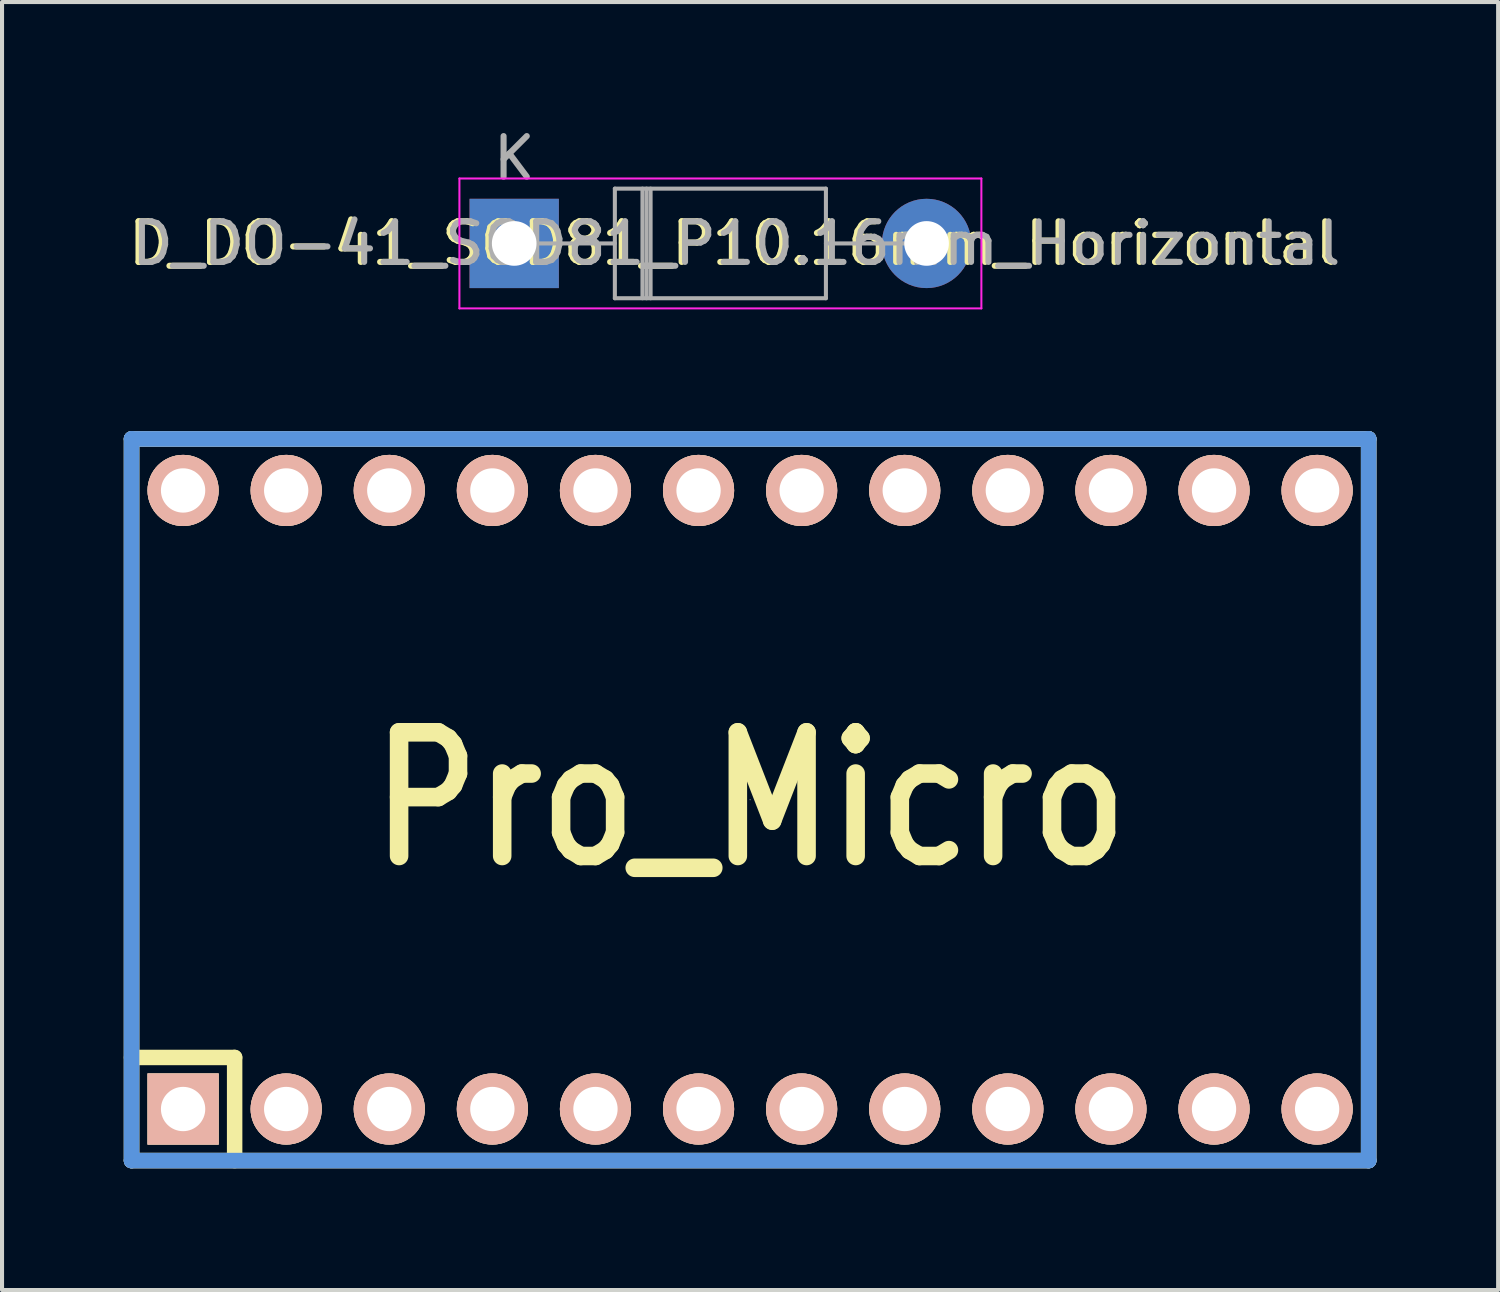
<source format=kicad_pcb>
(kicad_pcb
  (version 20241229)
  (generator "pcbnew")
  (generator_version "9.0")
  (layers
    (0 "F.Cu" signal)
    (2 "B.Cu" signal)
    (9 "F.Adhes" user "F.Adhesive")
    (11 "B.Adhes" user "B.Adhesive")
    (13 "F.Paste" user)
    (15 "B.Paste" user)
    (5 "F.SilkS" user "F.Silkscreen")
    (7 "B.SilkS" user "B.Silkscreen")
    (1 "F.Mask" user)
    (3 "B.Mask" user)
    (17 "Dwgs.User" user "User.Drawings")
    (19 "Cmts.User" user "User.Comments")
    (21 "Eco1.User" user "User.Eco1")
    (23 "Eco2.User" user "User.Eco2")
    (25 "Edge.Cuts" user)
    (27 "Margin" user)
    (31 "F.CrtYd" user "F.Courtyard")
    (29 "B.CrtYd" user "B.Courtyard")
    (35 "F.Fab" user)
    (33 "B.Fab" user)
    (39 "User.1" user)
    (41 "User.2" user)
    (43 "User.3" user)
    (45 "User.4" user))
  (footprint "Pro_Micro"
    (layer "F.Cu")
    (at 15.431 16.654)
    (property "Reference" "Pro_Micro" (at 0 0 180) (layer "F.SilkS") (effects (font (size 3.048 2.54) (thickness 0.457))))
    (attr through_hole)
    (fp_line (start -15.24 -8.89) (end -15.24 8.89) (stroke (width 0.381) (type solid)) (layer "F.SilkS"))
    (fp_line (start -15.24 6.35) (end -12.7 6.35) (stroke (width 0.381) (type solid)) (layer "F.SilkS"))
    (fp_line (start -15.24 8.89) (end 15.24 8.89) (stroke (width 0.381) (type solid)) (layer "F.SilkS"))
    (fp_line (start -12.7 6.35) (end -12.7 8.89) (stroke (width 0.381) (type solid)) (layer "F.SilkS"))
    (fp_line (start 15.24 -8.89) (end -15.24 -8.89) (stroke (width 0.381) (type solid)) (layer "F.SilkS"))
    (fp_line (start 15.24 8.89) (end 15.24 -8.89) (stroke (width 0.381) (type solid)) (layer "F.SilkS"))
    (fp_line (start -15.24 -8.89) (end -15.24 8.89) (stroke (width 0.381) (type solid)) (layer "Dwgs.User"))
    (fp_line (start -15.24 8.89) (end 15.24 8.89) (stroke (width 0.381) (type solid)) (layer "Dwgs.User"))
    (fp_line (start 0 0) (end 0 0) (stroke (width 0.025) (type solid)) (layer "Dwgs.User"))
    (fp_line (start 15.24 -8.89) (end -15.24 -8.89) (stroke (width 0.381) (type solid)) (layer "Dwgs.User"))
    (fp_line (start 15.24 8.89) (end 15.24 -8.89) (stroke (width 0.381) (type solid)) (layer "Dwgs.User"))
    (fp_line (start -15.24 -8.89) (end -15.24 8.89) (stroke (width 0.381) (type solid)) (layer "Cmts.User"))
    (fp_line (start -15.24 8.89) (end 15.24 8.89) (stroke (width 0.381) (type solid)) (layer "Cmts.User"))
    (fp_line (start 15.24 -8.89) (end -15.24 -8.89) (stroke (width 0.381) (type solid)) (layer "Cmts.User"))
    (fp_line (start 15.24 8.89) (end 15.24 -8.89) (stroke (width 0.381) (type solid)) (layer "Cmts.User"))
    (pad "1" thru_hole rect (at -13.97 7.62) (size 1.753 1.753) (drill 1.092) (layers "*.Cu" "*.SilkS" "*.Mask"))
    (pad "2" thru_hole circle (at -11.43 7.62) (size 1.753 1.753) (drill 1.092) (layers "*.Cu" "*.SilkS" "*.Mask"))
    (pad "3" thru_hole circle (at -8.89 7.62) (size 1.753 1.753) (drill 1.092) (layers "*.Cu" "*.SilkS" "*.Mask"))
    (pad "4" thru_hole circle (at -6.35 7.62) (size 1.753 1.753) (drill 1.092) (layers "*.Cu" "*.SilkS" "*.Mask"))
    (pad "5" thru_hole circle (at -3.81 7.62) (size 1.753 1.753) (drill 1.092) (layers "*.Cu" "*.SilkS" "*.Mask"))
    (pad "6" thru_hole circle (at -1.27 7.62) (size 1.753 1.753) (drill 1.092) (layers "*.Cu" "*.SilkS" "*.Mask"))
    (pad "7" thru_hole circle (at 1.27 7.62) (size 1.753 1.753) (drill 1.092) (layers "*.Cu" "*.SilkS" "*.Mask"))
    (pad "8" thru_hole circle (at 3.81 7.62) (size 1.753 1.753) (drill 1.092) (layers "*.Cu" "*.SilkS" "*.Mask"))
    (pad "9" thru_hole circle (at 6.35 7.62) (size 1.753 1.753) (drill 1.092) (layers "*.Cu" "*.SilkS" "*.Mask"))
    (pad "10" thru_hole circle (at 8.89 7.62) (size 1.753 1.753) (drill 1.092) (layers "*.Cu" "*.SilkS" "*.Mask"))
    (pad "11" thru_hole circle (at 11.43 7.62) (size 1.753 1.753) (drill 1.092) (layers "*.Cu" "*.SilkS" "*.Mask"))
    (pad "12" thru_hole circle (at 13.97 7.62) (size 1.753 1.753) (drill 1.092) (layers "*.Cu" "*.SilkS" "*.Mask"))
    (pad "13" thru_hole circle (at 13.97 -7.62) (size 1.753 1.753) (drill 1.092) (layers "*.Cu" "*.SilkS" "*.Mask"))
    (pad "14" thru_hole circle (at 11.43 -7.62) (size 1.753 1.753) (drill 1.092) (layers "*.Cu" "*.SilkS" "*.Mask"))
    (pad "15" thru_hole circle (at 8.89 -7.62) (size 1.753 1.753) (drill 1.092) (layers "*.Cu" "*.SilkS" "*.Mask"))
    (pad "16" thru_hole circle (at 6.35 -7.62) (size 1.753 1.753) (drill 1.092) (layers "*.Cu" "*.SilkS" "*.Mask"))
    (pad "17" thru_hole circle (at 3.81 -7.62) (size 1.753 1.753) (drill 1.092) (layers "*.Cu" "*.SilkS" "*.Mask"))
    (pad "18" thru_hole circle (at 1.27 -7.62) (size 1.753 1.753) (drill 1.092) (layers "*.Cu" "*.SilkS" "*.Mask"))
    (pad "19" thru_hole circle (at -1.27 -7.62) (size 1.753 1.753) (drill 1.092) (layers "*.Cu" "*.SilkS" "*.Mask"))
    (pad "20" thru_hole circle (at -3.81 -7.62) (size 1.753 1.753) (drill 1.092) (layers "*.Cu" "*.SilkS" "*.Mask"))
    (pad "21" thru_hole circle (at -6.35 -7.62) (size 1.753 1.753) (drill 1.092) (layers "*.Cu" "*.SilkS" "*.Mask"))
    (pad "22" thru_hole circle (at -8.89 -7.62) (size 1.753 1.753) (drill 1.092) (layers "*.Cu" "*.SilkS" "*.Mask"))
    (pad "23" thru_hole circle (at -11.43 -7.62) (size 1.753 1.753) (drill 1.092) (layers "*.Cu" "*.SilkS" "*.Mask"))
    (pad "24" thru_hole circle (at -13.97 -7.62) (size 1.753 1.753) (drill 1.092) (layers "*.Cu" "*.SilkS" "*.Mask")))
  (footprint "D_DO-41_SOD81_P10.16mm_Horizontal"
    (layer "F.Cu")
    (at 9.619 2.948)
    (property "Reference" "D_DO-41_SOD81_P10.16mm_Horizontal" (at 5.387 0 0) (layer "F.SilkS") (effects (font (size 1 1) (thickness 0.15))))
    (attr through_hole)
    (fp_line (start -1.35 -1.6) (end -1.35 1.6) (stroke (width 0.05) (type solid)) (layer "F.CrtYd"))
    (fp_line (start -1.35 1.6) (end 11.51 1.6) (stroke (width 0.05) (type solid)) (layer "F.CrtYd"))
    (fp_line (start 11.51 -1.6) (end -1.35 -1.6) (stroke (width 0.05) (type solid)) (layer "F.CrtYd"))
    (fp_line (start 11.51 1.6) (end 11.51 -1.6) (stroke (width 0.05) (type solid)) (layer "F.CrtYd"))
    (fp_line (start 0 0) (end 2.48 0) (stroke (width 0.1) (type solid)) (layer "F.Fab"))
    (fp_line (start 2.48 -1.35) (end 2.48 1.35) (stroke (width 0.1) (type solid)) (layer "F.Fab"))
    (fp_line (start 2.48 1.35) (end 7.68 1.35) (stroke (width 0.1) (type solid)) (layer "F.Fab"))
    (fp_line (start 3.16 -1.35) (end 3.16 1.35) (stroke (width 0.1) (type solid)) (layer "F.Fab"))
    (fp_line (start 3.26 -1.35) (end 3.26 1.35) (stroke (width 0.1) (type solid)) (layer "F.Fab"))
    (fp_line (start 3.36 -1.35) (end 3.36 1.35) (stroke (width 0.1) (type solid)) (layer "F.Fab"))
    (fp_line (start 7.68 -1.35) (end 2.48 -1.35) (stroke (width 0.1) (type solid)) (layer "F.Fab"))
    (fp_line (start 7.68 1.35) (end 7.68 -1.35) (stroke (width 0.1) (type solid)) (layer "F.Fab"))
    (fp_line (start 10.16 0) (end 7.68 0) (stroke (width 0.1) (type solid)) (layer "F.Fab"))
    (fp_text user "K" (at 0 -2.1 0) (layer "F.Fab") (effects (font (size 1 1) (thickness 0.15))))
    (fp_text user "${REFERENCE}" (at 5.47 0 0) (layer "F.Fab") (effects (font (size 1 1) (thickness 0.15))))
    (pad "1" thru_hole rect (at 0 0) (size 2.2 2.2) (drill 1.1) (layers "*.Cu" "*.Mask"))
    (pad "2" thru_hole oval (at 10.16 0) (size 2.2 2.2) (drill 1.1) (layers "*.Cu" "*.Mask")))
  (gr_rect
    (start -3 -3)
    (end 33.861 28.734)
    (stroke (width 0.1) (type default))
    (fill no)
    (layer "Edge.Cuts")))
</source>
